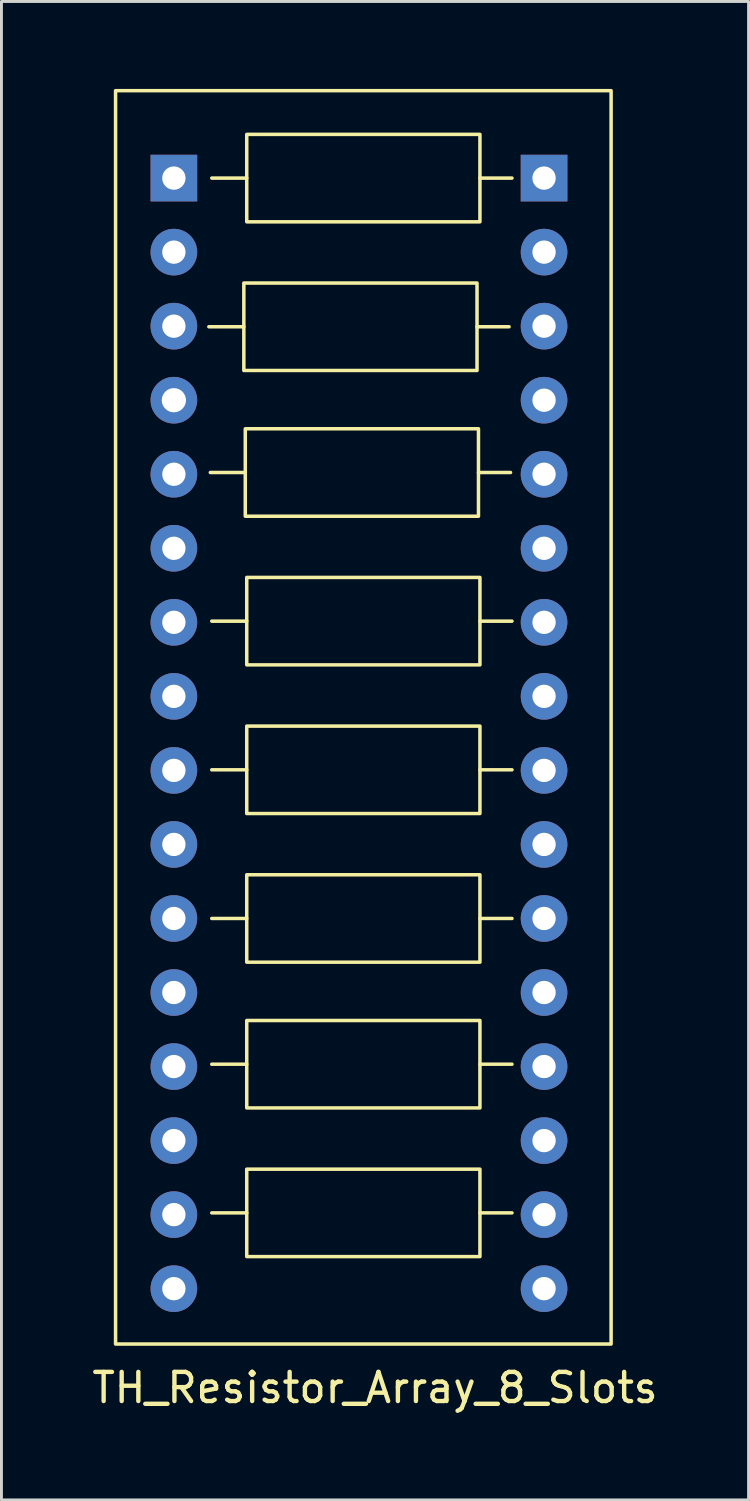
<source format=kicad_pcb>
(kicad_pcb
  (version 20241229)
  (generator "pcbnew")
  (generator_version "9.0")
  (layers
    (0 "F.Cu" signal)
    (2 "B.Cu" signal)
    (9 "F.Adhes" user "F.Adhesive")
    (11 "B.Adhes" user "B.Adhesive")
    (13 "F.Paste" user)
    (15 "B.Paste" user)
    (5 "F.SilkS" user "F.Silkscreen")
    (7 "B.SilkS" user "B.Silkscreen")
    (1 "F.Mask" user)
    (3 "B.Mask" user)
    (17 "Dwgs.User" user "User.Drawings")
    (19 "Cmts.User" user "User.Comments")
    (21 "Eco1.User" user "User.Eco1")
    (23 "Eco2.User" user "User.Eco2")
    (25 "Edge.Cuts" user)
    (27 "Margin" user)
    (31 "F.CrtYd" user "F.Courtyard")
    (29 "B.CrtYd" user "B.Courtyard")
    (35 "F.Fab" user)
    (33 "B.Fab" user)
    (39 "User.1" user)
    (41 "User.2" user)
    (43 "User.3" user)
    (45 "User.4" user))
  (footprint "TH_Resistor_Array_8_Slots"
    (layer "F.Cu")
    (at 2.915 3.06)
    (property "Reference" "TH_Resistor_Array_8_Slots" (at 6.9 41.5 0) (unlocked yes) (layer "F.SilkS") (effects (font (size 1 1) (thickness 0.15))))
    (attr smd)
    (fp_line (start 2.4 5.1) (end 1.2 5.1) (stroke (width 0.12) (type solid)) (layer "F.SilkS"))
    (fp_line (start 2.45 10.1) (end 1.25 10.1) (stroke (width 0.12) (type solid)) (layer "F.SilkS"))
    (fp_line (start 2.5 0) (end 1.3 0) (stroke (width 0.12) (type solid)) (layer "F.SilkS"))
    (fp_line (start 2.5 15.2) (end 1.3 15.2) (stroke (width 0.12) (type solid)) (layer "F.SilkS"))
    (fp_line (start 2.5 20.3) (end 1.3 20.3) (stroke (width 0.12) (type solid)) (layer "F.SilkS"))
    (fp_line (start 2.5 25.4) (end 1.3 25.4) (stroke (width 0.12) (type solid)) (layer "F.SilkS"))
    (fp_line (start 2.5 30.4) (end 1.3 30.4) (stroke (width 0.12) (type solid)) (layer "F.SilkS"))
    (fp_line (start 2.5 35.5) (end 1.3 35.5) (stroke (width 0.12) (type solid)) (layer "F.SilkS"))
    (fp_line (start 11.5 5.1) (end 10.4 5.1) (stroke (width 0.12) (type solid)) (layer "F.SilkS"))
    (fp_line (start 11.55 10.1) (end 10.45 10.1) (stroke (width 0.12) (type solid)) (layer "F.SilkS"))
    (fp_line (start 11.6 0) (end 10.5 0) (stroke (width 0.12) (type solid)) (layer "F.SilkS"))
    (fp_line (start 11.6 15.2) (end 10.5 15.2) (stroke (width 0.12) (type solid)) (layer "F.SilkS"))
    (fp_line (start 11.6 20.3) (end 10.5 20.3) (stroke (width 0.12) (type solid)) (layer "F.SilkS"))
    (fp_line (start 11.6 25.4) (end 10.5 25.4) (stroke (width 0.12) (type solid)) (layer "F.SilkS"))
    (fp_line (start 11.6 30.4) (end 10.5 30.4) (stroke (width 0.12) (type solid)) (layer "F.SilkS"))
    (fp_line (start 11.6 35.5) (end 10.5 35.5) (stroke (width 0.12) (type solid)) (layer "F.SilkS"))
    (fp_rect (start -2 -3) (end 15 40) (stroke (width 0.12) (type solid)) (fill no) (layer "F.SilkS"))
    (fp_rect (start 2.4 3.6) (end 10.4 6.6) (stroke (width 0.12) (type solid)) (fill no) (layer "F.SilkS"))
    (fp_rect (start 2.45 8.6) (end 10.45 11.6) (stroke (width 0.12) (type solid)) (fill no) (layer "F.SilkS"))
    (fp_rect (start 2.5 -1.5) (end 10.5 1.5) (stroke (width 0.12) (type solid)) (fill no) (layer "F.SilkS"))
    (fp_rect (start 2.5 13.7) (end 10.5 16.7) (stroke (width 0.12) (type solid)) (fill no) (layer "F.SilkS"))
    (fp_rect (start 2.5 18.8) (end 10.5 21.8) (stroke (width 0.12) (type solid)) (fill no) (layer "F.SilkS"))
    (fp_rect (start 2.5 23.9) (end 10.5 26.9) (stroke (width 0.12) (type solid)) (fill no) (layer "F.SilkS"))
    (fp_rect (start 2.5 28.9) (end 10.5 31.9) (stroke (width 0.12) (type solid)) (fill no) (layer "F.SilkS"))
    (fp_rect (start 2.5 34) (end 10.5 37) (stroke (width 0.12) (type solid)) (fill no) (layer "F.SilkS"))
    (pad "1" thru_hole rect (at 0 0) (size 1.6 1.6) (drill 0.8) (layers "*.Cu" "*.Mask"))
    (pad "2" thru_hole rect (at 12.7 0) (size 1.6 1.6) (drill 0.8) (layers "*.Cu" "*.Mask"))
    (pad "3" thru_hole circle (at 0 2.54) (size 1.6 1.6) (drill 0.8) (layers "*.Cu" "*.Mask"))
    (pad "4" thru_hole circle (at 12.7 2.54) (size 1.6 1.6) (drill 0.8) (layers "*.Cu" "*.Mask"))
    (pad "5" thru_hole circle (at 0 5.08) (size 1.6 1.6) (drill 0.8) (layers "*.Cu" "*.Mask"))
    (pad "6" thru_hole circle (at 12.7 5.08) (size 1.6 1.6) (drill 0.8) (layers "*.Cu" "*.Mask"))
    (pad "7" thru_hole circle (at 0 7.62) (size 1.6 1.6) (drill 0.83) (layers "*.Cu" "*.Mask"))
    (pad "8" thru_hole circle (at 12.7 7.62) (size 1.6 1.6) (drill 0.8) (layers "*.Cu" "*.Mask"))
    (pad "9" thru_hole circle (at 0 10.16) (size 1.6 1.6) (drill 0.8) (layers "*.Cu" "*.Mask"))
    (pad "10" thru_hole circle (at 12.7 10.16) (size 1.6 1.6) (drill 0.8) (layers "*.Cu" "*.Mask"))
    (pad "11" thru_hole circle (at 0 12.7) (size 1.6 1.6) (drill 0.8) (layers "*.Cu" "*.Mask"))
    (pad "12" thru_hole circle (at 12.7 12.7) (size 1.6 1.6) (drill 0.8) (layers "*.Cu" "*.Mask"))
    (pad "13" thru_hole circle (at 0 15.24) (size 1.6 1.6) (drill 0.8) (layers "*.Cu" "*.Mask"))
    (pad "14" thru_hole circle (at 12.7 15.24) (size 1.6 1.6) (drill 0.8) (layers "*.Cu" "*.Mask"))
    (pad "15" thru_hole circle (at 0 17.78) (size 1.6 1.6) (drill 0.8) (layers "*.Cu" "*.Mask"))
    (pad "16" thru_hole circle (at 12.7 17.78) (size 1.6 1.6) (drill 0.8) (layers "*.Cu" "*.Mask"))
    (pad "17" thru_hole circle (at 0 20.32) (size 1.6 1.6) (drill 0.8) (layers "*.Cu" "*.Mask"))
    (pad "18" thru_hole circle (at 12.7 20.32) (size 1.6 1.6) (drill 0.8) (layers "*.Cu" "*.Mask"))
    (pad "19" thru_hole circle (at 0 22.86) (size 1.6 1.6) (drill 0.8) (layers "*.Cu" "*.Mask"))
    (pad "20" thru_hole circle (at 12.7 22.86) (size 1.6 1.6) (drill 0.8) (layers "*.Cu" "*.Mask"))
    (pad "21" thru_hole circle (at 0 25.4) (size 1.6 1.6) (drill 0.8) (layers "*.Cu" "*.Mask"))
    (pad "22" thru_hole circle (at 12.7 25.4) (size 1.6 1.6) (drill 0.8) (layers "*.Cu" "*.Mask"))
    (pad "23" thru_hole circle (at 0 27.94) (size 1.6 1.6) (drill 0.8) (layers "*.Cu" "*.Mask"))
    (pad "24" thru_hole circle (at 12.7 27.94) (size 1.6 1.6) (drill 0.8) (layers "*.Cu" "*.Mask"))
    (pad "25" thru_hole circle (at 0 30.48) (size 1.6 1.6) (drill 0.8) (layers "*.Cu" "*.Mask"))
    (pad "26" thru_hole circle (at 12.7 30.48) (size 1.6 1.6) (drill 0.8) (layers "*.Cu" "*.Mask"))
    (pad "27" thru_hole circle (at 0 33.02) (size 1.6 1.6) (drill 0.8) (layers "*.Cu" "*.Mask"))
    (pad "28" thru_hole circle (at 12.7 33.02) (size 1.6 1.6) (drill 0.8) (layers "*.Cu" "*.Mask"))
    (pad "29" thru_hole circle (at 0 35.56) (size 1.6 1.6) (drill 0.8) (layers "*.Cu" "*.Mask"))
    (pad "30" thru_hole circle (at 12.7 35.56) (size 1.6 1.6) (drill 0.8) (layers "*.Cu" "*.Mask"))
    (pad "31" thru_hole circle (at 0 38.1) (size 1.6 1.6) (drill 0.8) (layers "*.Cu" "*.Mask"))
    (pad "32" thru_hole circle (at 12.7 38.1) (size 1.6 1.6) (drill 0.8) (layers "*.Cu" "*.Mask")))
  (gr_rect
    (start -3 -3)
    (end 22.631 48.408)
    (stroke (width 0.1) (type default))
    (fill no)
    (layer "Edge.Cuts")))
</source>
